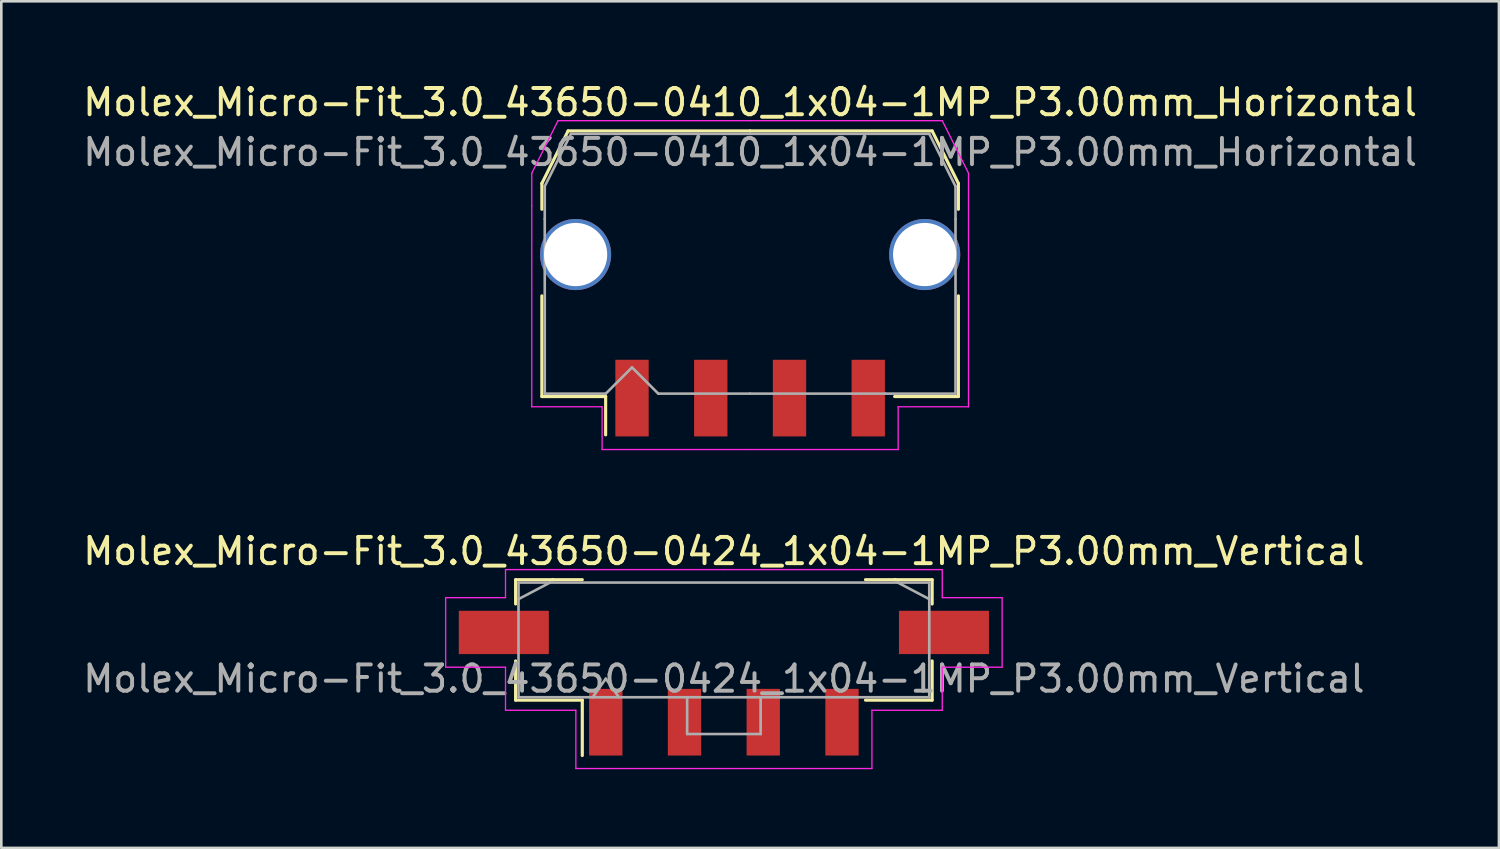
<source format=kicad_pcb>
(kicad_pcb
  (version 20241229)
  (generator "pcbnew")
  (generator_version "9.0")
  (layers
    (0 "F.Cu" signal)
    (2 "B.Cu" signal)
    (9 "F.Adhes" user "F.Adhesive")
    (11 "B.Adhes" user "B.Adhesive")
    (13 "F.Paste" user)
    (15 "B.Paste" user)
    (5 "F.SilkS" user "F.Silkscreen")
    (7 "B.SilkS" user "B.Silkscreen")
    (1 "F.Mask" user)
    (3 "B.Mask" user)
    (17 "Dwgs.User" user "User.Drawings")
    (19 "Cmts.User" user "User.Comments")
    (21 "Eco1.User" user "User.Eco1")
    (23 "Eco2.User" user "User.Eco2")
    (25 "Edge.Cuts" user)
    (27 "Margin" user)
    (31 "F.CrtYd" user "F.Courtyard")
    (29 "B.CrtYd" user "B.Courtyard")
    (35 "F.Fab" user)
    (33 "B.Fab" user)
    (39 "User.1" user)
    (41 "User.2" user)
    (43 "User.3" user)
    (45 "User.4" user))
  (footprint "Molex_Micro-Fit_3.0_43650-0424_1x04-1MP_P3.00mm_Vertical"
    (layer "F.Cu")
    (at 24.53 21.331)
    (property "Reference" "Molex_Micro-Fit_3.0_43650-0424_1x04-1MP_P3.00mm_Vertical" (at 0 -3.38 0) (layer "F.SilkS") (effects (font (size 1 1) (thickness 0.15))))
    (attr smd)
    (fp_line (start -7.935 -2.295) (end -6.515 -2.295) (stroke (width 0.12) (type solid)) (layer "F.SilkS"))
    (fp_line (start -7.935 -1.37) (end -7.935 -2.295) (stroke (width 0.12) (type solid)) (layer "F.SilkS"))
    (fp_line (start -7.935 0.8) (end -7.935 2.295) (stroke (width 0.12) (type solid)) (layer "F.SilkS"))
    (fp_line (start -7.935 2.295) (end -5.395 2.295) (stroke (width 0.12) (type solid)) (layer "F.SilkS"))
    (fp_line (start -6.515 -2.295) (end -6.515 -2.295) (stroke (width 0.12) (type solid)) (layer "F.SilkS"))
    (fp_line (start -6.515 -2.295) (end -5.395 -2.295) (stroke (width 0.12) (type solid)) (layer "F.SilkS"))
    (fp_line (start -5.395 2.295) (end -5.395 4.405) (stroke (width 0.12) (type solid)) (layer "F.SilkS"))
    (fp_line (start 6.515 -2.295) (end 5.395 -2.295) (stroke (width 0.12) (type solid)) (layer "F.SilkS"))
    (fp_line (start 6.515 -2.295) (end 6.515 -2.295) (stroke (width 0.12) (type solid)) (layer "F.SilkS"))
    (fp_line (start 7.935 -2.295) (end 6.515 -2.295) (stroke (width 0.12) (type solid)) (layer "F.SilkS"))
    (fp_line (start 7.935 -1.37) (end 7.935 -2.295) (stroke (width 0.12) (type solid)) (layer "F.SilkS"))
    (fp_line (start 7.935 0.8) (end 7.935 2.295) (stroke (width 0.12) (type solid)) (layer "F.SilkS"))
    (fp_line (start 7.935 2.295) (end 5.395 2.295) (stroke (width 0.12) (type solid)) (layer "F.SilkS"))
    (fp_line (start -10.6 -1.61) (end -10.6 1.04) (stroke (width 0.05) (type solid)) (layer "F.CrtYd"))
    (fp_line (start -10.6 1.04) (end -8.32 1.04) (stroke (width 0.05) (type solid)) (layer "F.CrtYd"))
    (fp_line (start -8.32 -2.68) (end -8.32 -1.61) (stroke (width 0.05) (type solid)) (layer "F.CrtYd"))
    (fp_line (start -8.32 -1.61) (end -10.6 -1.61) (stroke (width 0.05) (type solid)) (layer "F.CrtYd"))
    (fp_line (start -8.32 1.04) (end -8.32 2.68) (stroke (width 0.05) (type solid)) (layer "F.CrtYd"))
    (fp_line (start -8.32 2.68) (end -5.64 2.68) (stroke (width 0.05) (type solid)) (layer "F.CrtYd"))
    (fp_line (start -5.64 -2.68) (end -8.32 -2.68) (stroke (width 0.05) (type solid)) (layer "F.CrtYd"))
    (fp_line (start -5.64 2.68) (end -5.64 4.9) (stroke (width 0.05) (type solid)) (layer "F.CrtYd"))
    (fp_line (start -5.64 4.9) (end 0 4.9) (stroke (width 0.05) (type solid)) (layer "F.CrtYd"))
    (fp_line (start 0 -2.68) (end -5.64 -2.68) (stroke (width 0.05) (type solid)) (layer "F.CrtYd"))
    (fp_line (start 0 -2.68) (end 5.64 -2.68) (stroke (width 0.05) (type solid)) (layer "F.CrtYd"))
    (fp_line (start 5.64 -2.68) (end 8.32 -2.68) (stroke (width 0.05) (type solid)) (layer "F.CrtYd"))
    (fp_line (start 5.64 2.68) (end 5.64 4.9) (stroke (width 0.05) (type solid)) (layer "F.CrtYd"))
    (fp_line (start 5.64 4.9) (end 0 4.9) (stroke (width 0.05) (type solid)) (layer "F.CrtYd"))
    (fp_line (start 8.32 -2.68) (end 8.32 -1.61) (stroke (width 0.05) (type solid)) (layer "F.CrtYd"))
    (fp_line (start 8.32 -1.61) (end 10.6 -1.61) (stroke (width 0.05) (type solid)) (layer "F.CrtYd"))
    (fp_line (start 8.32 1.04) (end 8.32 2.68) (stroke (width 0.05) (type solid)) (layer "F.CrtYd"))
    (fp_line (start 8.32 2.68) (end 5.64 2.68) (stroke (width 0.05) (type solid)) (layer "F.CrtYd"))
    (fp_line (start 10.6 -1.61) (end 10.6 1.04) (stroke (width 0.05) (type solid)) (layer "F.CrtYd"))
    (fp_line (start 10.6 1.04) (end 8.32 1.04) (stroke (width 0.05) (type solid)) (layer "F.CrtYd"))
    (fp_line (start -7.825 -2.185) (end -7.825 2.185) (stroke (width 0.1) (type solid)) (layer "F.Fab"))
    (fp_line (start -7.825 -1.555) (end -6.625 -2.185) (stroke (width 0.1) (type solid)) (layer "F.Fab"))
    (fp_line (start -7.825 2.185) (end 7.825 2.185) (stroke (width 0.1) (type solid)) (layer "F.Fab"))
    (fp_line (start -6.625 -2.185) (end -7.825 -2.185) (stroke (width 0.1) (type solid)) (layer "F.Fab"))
    (fp_line (start -6.625 -2.185) (end -6.625 -2.185) (stroke (width 0.1) (type solid)) (layer "F.Fab"))
    (fp_line (start -5 2.185) (end -4.5 1.478) (stroke (width 0.1) (type solid)) (layer "F.Fab"))
    (fp_line (start -4.5 1.478) (end -4 2.185) (stroke (width 0.1) (type solid)) (layer "F.Fab"))
    (fp_line (start -1.4 2.185) (end -1.4 3.585) (stroke (width 0.1) (type solid)) (layer "F.Fab"))
    (fp_line (start -1.4 3.585) (end 1.4 3.585) (stroke (width 0.1) (type solid)) (layer "F.Fab"))
    (fp_line (start 1.4 3.585) (end 1.4 2.185) (stroke (width 0.1) (type solid)) (layer "F.Fab"))
    (fp_line (start 6.625 -2.185) (end -6.625 -2.185) (stroke (width 0.1) (type solid)) (layer "F.Fab"))
    (fp_line (start 6.625 -2.185) (end 6.625 -2.185) (stroke (width 0.1) (type solid)) (layer "F.Fab"))
    (fp_line (start 7.825 -2.185) (end 6.625 -2.185) (stroke (width 0.1) (type solid)) (layer "F.Fab"))
    (fp_line (start 7.825 -1.555) (end 6.625 -2.185) (stroke (width 0.1) (type solid)) (layer "F.Fab"))
    (fp_line (start 7.825 2.185) (end 7.825 -2.185) (stroke (width 0.1) (type solid)) (layer "F.Fab"))
    (fp_text user "${REFERENCE}" (at 0 1.48 0) (layer "F.Fab") (effects (font (size 1 1) (thickness 0.15))))
    (pad "1" smd rect (at -4.5 3.135) (size 1.27 2.54) (layers "F.Cu" "F.Mask" "F.Paste"))
    (pad "2" smd rect (at -1.5 3.135) (size 1.27 2.54) (layers "F.Cu" "F.Mask" "F.Paste"))
    (pad "3" smd rect (at 1.5 3.135) (size 1.27 2.54) (layers "F.Cu" "F.Mask" "F.Paste"))
    (pad "4" smd rect (at 4.5 3.135) (size 1.27 2.54) (layers "F.Cu" "F.Mask" "F.Paste"))
    (pad "MP" smd rect (at -8.385 -0.285) (size 3.43 1.65) (layers "F.Cu" "F.Mask" "F.Paste"))
    (pad "MP" smd rect (at 8.385 -0.285) (size 3.43 1.65) (layers "F.Cu" "F.Mask" "F.Paste")))
  (footprint "Molex_Micro-Fit_3.0_43650-0410_1x04-1MP_P3.00mm_Horizontal"
    (layer "F.Cu")
    (at 25.53 6.998)
    (property "Reference" "Molex_Micro-Fit_3.0_43650-0410_1x04-1MP_P3.00mm_Horizontal" (at 0 -6.15 0) (layer "F.SilkS") (effects (font (size 1 1) (thickness 0.15))))
    (attr smd)
    (fp_line (start -7.935 -3.06) (end -7.935 -2.075) (stroke (width 0.12) (type solid)) (layer "F.SilkS"))
    (fp_line (start -7.935 1.225) (end -7.935 5.06) (stroke (width 0.12) (type solid)) (layer "F.SilkS"))
    (fp_line (start -7.935 5.06) (end -5.505 5.06) (stroke (width 0.12) (type solid)) (layer "F.SilkS"))
    (fp_line (start -6.935 -5.06) (end -7.935 -3.06) (stroke (width 0.12) (type solid)) (layer "F.SilkS"))
    (fp_line (start -5.505 5.06) (end -5.505 6.52) (stroke (width 0.12) (type solid)) (layer "F.SilkS"))
    (fp_line (start 0 -5.06) (end -6.935 -5.06) (stroke (width 0.12) (type solid)) (layer "F.SilkS"))
    (fp_line (start 0 -5.06) (end 6.935 -5.06) (stroke (width 0.12) (type solid)) (layer "F.SilkS"))
    (fp_line (start 6.935 -5.06) (end 7.935 -3.06) (stroke (width 0.12) (type solid)) (layer "F.SilkS"))
    (fp_line (start 7.935 -3.06) (end 7.935 -2.075) (stroke (width 0.12) (type solid)) (layer "F.SilkS"))
    (fp_line (start 7.935 1.225) (end 7.935 5.06) (stroke (width 0.12) (type solid)) (layer "F.SilkS"))
    (fp_line (start 7.935 5.06) (end 5.505 5.06) (stroke (width 0.12) (type solid)) (layer "F.SilkS"))
    (fp_line (start -8.32 -3.45) (end -8.32 -2.2) (stroke (width 0.05) (type solid)) (layer "F.CrtYd"))
    (fp_line (start -8.32 -2.2) (end -8.32 5.45) (stroke (width 0.05) (type solid)) (layer "F.CrtYd"))
    (fp_line (start -8.32 5.45) (end -5.64 5.45) (stroke (width 0.05) (type solid)) (layer "F.CrtYd"))
    (fp_line (start -7.32 -5.45) (end -8.32 -3.45) (stroke (width 0.05) (type solid)) (layer "F.CrtYd"))
    (fp_line (start -5.64 5.45) (end -5.64 7.08) (stroke (width 0.05) (type solid)) (layer "F.CrtYd"))
    (fp_line (start -5.64 7.08) (end 0 7.08) (stroke (width 0.05) (type solid)) (layer "F.CrtYd"))
    (fp_line (start 0 -5.45) (end -7.32 -5.45) (stroke (width 0.05) (type solid)) (layer "F.CrtYd"))
    (fp_line (start 0 -5.45) (end 7.32 -5.45) (stroke (width 0.05) (type solid)) (layer "F.CrtYd"))
    (fp_line (start 5.64 5.45) (end 5.64 7.08) (stroke (width 0.05) (type solid)) (layer "F.CrtYd"))
    (fp_line (start 5.64 7.08) (end 0 7.08) (stroke (width 0.05) (type solid)) (layer "F.CrtYd"))
    (fp_line (start 7.32 -5.45) (end 8.32 -3.45) (stroke (width 0.05) (type solid)) (layer "F.CrtYd"))
    (fp_line (start 8.32 -3.45) (end 8.32 -2.2) (stroke (width 0.05) (type solid)) (layer "F.CrtYd"))
    (fp_line (start 8.32 -2.2) (end 8.32 5.45) (stroke (width 0.05) (type solid)) (layer "F.CrtYd"))
    (fp_line (start 8.32 5.45) (end 5.64 5.45) (stroke (width 0.05) (type solid)) (layer "F.CrtYd"))
    (fp_line (start -7.825 -2.95) (end -7.825 -1.705) (stroke (width 0.1) (type solid)) (layer "F.Fab"))
    (fp_line (start -7.825 -1.705) (end -7.825 4.95) (stroke (width 0.1) (type solid)) (layer "F.Fab"))
    (fp_line (start -7.825 4.95) (end -5.5 4.95) (stroke (width 0.1) (type solid)) (layer "F.Fab"))
    (fp_line (start -6.825 -4.95) (end -7.825 -2.95) (stroke (width 0.1) (type solid)) (layer "F.Fab"))
    (fp_line (start -5.5 4.95) (end -4.5 3.95) (stroke (width 0.1) (type solid)) (layer "F.Fab"))
    (fp_line (start -4.5 3.95) (end -3.5 4.95) (stroke (width 0.1) (type solid)) (layer "F.Fab"))
    (fp_line (start -3.5 4.95) (end 0 4.95) (stroke (width 0.1) (type solid)) (layer "F.Fab"))
    (fp_line (start 0 -4.95) (end -6.825 -4.95) (stroke (width 0.1) (type solid)) (layer "F.Fab"))
    (fp_line (start 0 -4.95) (end 6.825 -4.95) (stroke (width 0.1) (type solid)) (layer "F.Fab"))
    (fp_line (start 5.135 4.95) (end 0 4.95) (stroke (width 0.1) (type solid)) (layer "F.Fab"))
    (fp_line (start 6.825 -4.95) (end 7.825 -2.95) (stroke (width 0.1) (type solid)) (layer "F.Fab"))
    (fp_line (start 7.825 -2.95) (end 7.825 -1.705) (stroke (width 0.1) (type solid)) (layer "F.Fab"))
    (fp_line (start 7.825 -1.705) (end 7.825 4.95) (stroke (width 0.1) (type solid)) (layer "F.Fab"))
    (fp_line (start 7.825 4.95) (end 5.135 4.95) (stroke (width 0.1) (type solid)) (layer "F.Fab"))
    (fp_text user "${REFERENCE}" (at 0 -4.25 0) (layer "F.Fab") (effects (font (size 1 1) (thickness 0.15))))
    (pad "1" smd rect (at -4.5 5.12) (size 1.27 2.92) (layers "F.Cu" "F.Mask" "F.Paste"))
    (pad "2" smd rect (at -1.5 5.12) (size 1.27 2.92) (layers "F.Cu" "F.Mask" "F.Paste"))
    (pad "3" smd rect (at 1.5 5.12) (size 1.27 2.92) (layers "F.Cu" "F.Mask" "F.Paste"))
    (pad "4" smd rect (at 4.5 5.12) (size 1.27 2.92) (layers "F.Cu" "F.Mask" "F.Paste"))
    (pad "MP" thru_hole circle (at -6.65 -0.35) (size 2.71 2.71) (drill 2.41) (layers "*.Cu" "*.Mask"))
    (pad "MP" thru_hole circle (at 6.65 -0.35) (size 2.71 2.71) (drill 2.41) (layers "*.Cu" "*.Mask")))
  (gr_rect
    (start -3 -3)
    (end 54.06 29.256)
    (stroke (width 0.1) (type default))
    (fill no)
    (layer "Edge.Cuts")))
</source>
